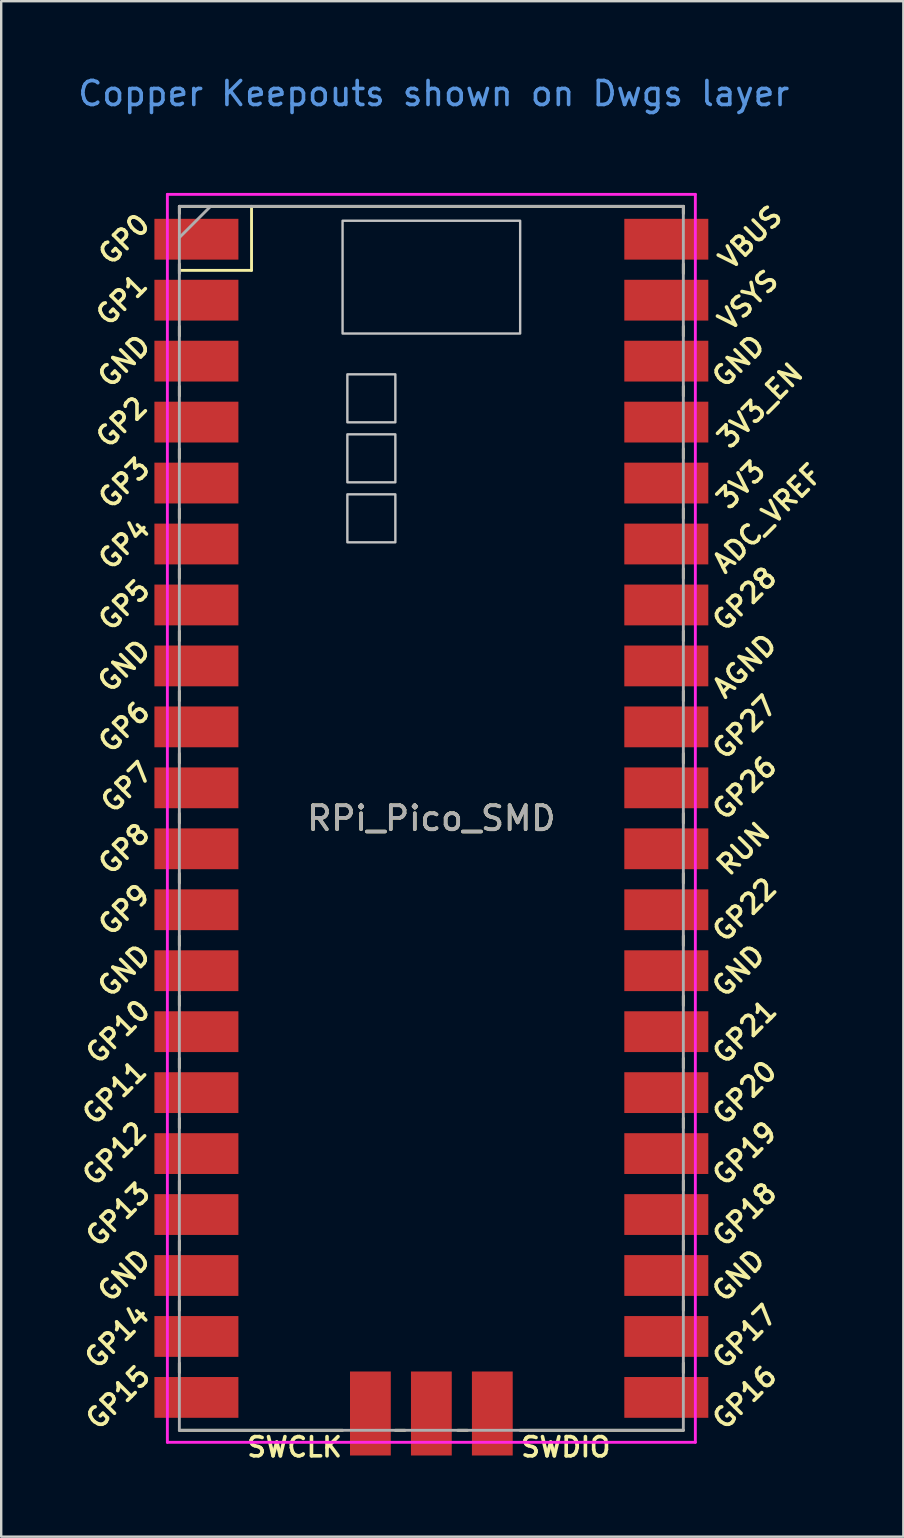
<source format=kicad_pcb>
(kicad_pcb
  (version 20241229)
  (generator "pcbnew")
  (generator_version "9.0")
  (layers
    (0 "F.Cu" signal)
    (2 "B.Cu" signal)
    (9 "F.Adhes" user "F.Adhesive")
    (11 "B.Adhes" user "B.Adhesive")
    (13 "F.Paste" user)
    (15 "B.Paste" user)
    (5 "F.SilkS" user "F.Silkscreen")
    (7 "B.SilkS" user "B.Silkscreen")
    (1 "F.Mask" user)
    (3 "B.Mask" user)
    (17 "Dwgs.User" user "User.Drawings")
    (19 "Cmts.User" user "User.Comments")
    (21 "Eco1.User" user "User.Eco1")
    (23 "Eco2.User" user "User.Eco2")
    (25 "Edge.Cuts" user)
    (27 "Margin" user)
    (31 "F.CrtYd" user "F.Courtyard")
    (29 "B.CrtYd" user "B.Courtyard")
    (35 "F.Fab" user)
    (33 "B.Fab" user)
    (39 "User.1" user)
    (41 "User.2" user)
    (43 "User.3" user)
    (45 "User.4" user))
  (footprint "RPi_Pico_SMD"
    (layer "F.Cu")
    (at 14.924 31.048)
    (property "Reference" "RPi_Pico_SMD" (at 0 0 0) (layer "F.SilkS") (effects (font (size 1 1) (thickness 0.15))))
    (attr smd)
    (fp_line (start -10.5 -25.5) (end -10.5 -25.2) (stroke (width 0.12) (type solid)) (layer "F.SilkS"))
    (fp_line (start -10.5 -25.5) (end 10.5 -25.5) (stroke (width 0.12) (type solid)) (layer "F.SilkS"))
    (fp_line (start -10.5 -23.1) (end -10.5 -22.7) (stroke (width 0.12) (type solid)) (layer "F.SilkS"))
    (fp_line (start -10.5 -22.833) (end -7.493 -22.833) (stroke (width 0.12) (type solid)) (layer "F.SilkS"))
    (fp_line (start -10.5 -20.5) (end -10.5 -20.1) (stroke (width 0.12) (type solid)) (layer "F.SilkS"))
    (fp_line (start -10.5 -18) (end -10.5 -17.6) (stroke (width 0.12) (type solid)) (layer "F.SilkS"))
    (fp_line (start -10.5 -15.4) (end -10.5 -15) (stroke (width 0.12) (type solid)) (layer "F.SilkS"))
    (fp_line (start -10.5 -12.9) (end -10.5 -12.5) (stroke (width 0.12) (type solid)) (layer "F.SilkS"))
    (fp_line (start -10.5 -10.4) (end -10.5 -10) (stroke (width 0.12) (type solid)) (layer "F.SilkS"))
    (fp_line (start -10.5 -7.8) (end -10.5 -7.4) (stroke (width 0.12) (type solid)) (layer "F.SilkS"))
    (fp_line (start -10.5 -5.3) (end -10.5 -4.9) (stroke (width 0.12) (type solid)) (layer "F.SilkS"))
    (fp_line (start -10.5 -2.7) (end -10.5 -2.3) (stroke (width 0.12) (type solid)) (layer "F.SilkS"))
    (fp_line (start -10.5 -0.2) (end -10.5 0.2) (stroke (width 0.12) (type solid)) (layer "F.SilkS"))
    (fp_line (start -10.5 2.3) (end -10.5 2.7) (stroke (width 0.12) (type solid)) (layer "F.SilkS"))
    (fp_line (start -10.5 4.9) (end -10.5 5.3) (stroke (width 0.12) (type solid)) (layer "F.SilkS"))
    (fp_line (start -10.5 7.4) (end -10.5 7.8) (stroke (width 0.12) (type solid)) (layer "F.SilkS"))
    (fp_line (start -10.5 10) (end -10.5 10.4) (stroke (width 0.12) (type solid)) (layer "F.SilkS"))
    (fp_line (start -10.5 12.5) (end -10.5 12.9) (stroke (width 0.12) (type solid)) (layer "F.SilkS"))
    (fp_line (start -10.5 15.1) (end -10.5 15.5) (stroke (width 0.12) (type solid)) (layer "F.SilkS"))
    (fp_line (start -10.5 17.6) (end -10.5 18) (stroke (width 0.12) (type solid)) (layer "F.SilkS"))
    (fp_line (start -10.5 20.1) (end -10.5 20.5) (stroke (width 0.12) (type solid)) (layer "F.SilkS"))
    (fp_line (start -10.5 22.7) (end -10.5 23.1) (stroke (width 0.12) (type solid)) (layer "F.SilkS"))
    (fp_line (start -7.493 -22.833) (end -7.493 -25.5) (stroke (width 0.12) (type solid)) (layer "F.SilkS"))
    (fp_line (start -3.7 25.5) (end -10.5 25.5) (stroke (width 0.12) (type solid)) (layer "F.SilkS"))
    (fp_line (start -1.5 25.5) (end -1.1 25.5) (stroke (width 0.12) (type solid)) (layer "F.SilkS"))
    (fp_line (start 1.1 25.5) (end 1.5 25.5) (stroke (width 0.12) (type solid)) (layer "F.SilkS"))
    (fp_line (start 10.5 -25.5) (end 10.5 -25.2) (stroke (width 0.12) (type solid)) (layer "F.SilkS"))
    (fp_line (start 10.5 -23.1) (end 10.5 -22.7) (stroke (width 0.12) (type solid)) (layer "F.SilkS"))
    (fp_line (start 10.5 -20.5) (end 10.5 -20.1) (stroke (width 0.12) (type solid)) (layer "F.SilkS"))
    (fp_line (start 10.5 -18) (end 10.5 -17.6) (stroke (width 0.12) (type solid)) (layer "F.SilkS"))
    (fp_line (start 10.5 -15.4) (end 10.5 -15) (stroke (width 0.12) (type solid)) (layer "F.SilkS"))
    (fp_line (start 10.5 -12.9) (end 10.5 -12.5) (stroke (width 0.12) (type solid)) (layer "F.SilkS"))
    (fp_line (start 10.5 -10.4) (end 10.5 -10) (stroke (width 0.12) (type solid)) (layer "F.SilkS"))
    (fp_line (start 10.5 -7.8) (end 10.5 -7.4) (stroke (width 0.12) (type solid)) (layer "F.SilkS"))
    (fp_line (start 10.5 -5.3) (end 10.5 -4.9) (stroke (width 0.12) (type solid)) (layer "F.SilkS"))
    (fp_line (start 10.5 -2.7) (end 10.5 -2.3) (stroke (width 0.12) (type solid)) (layer "F.SilkS"))
    (fp_line (start 10.5 -0.2) (end 10.5 0.2) (stroke (width 0.12) (type solid)) (layer "F.SilkS"))
    (fp_line (start 10.5 2.3) (end 10.5 2.7) (stroke (width 0.12) (type solid)) (layer "F.SilkS"))
    (fp_line (start 10.5 4.9) (end 10.5 5.3) (stroke (width 0.12) (type solid)) (layer "F.SilkS"))
    (fp_line (start 10.5 7.4) (end 10.5 7.8) (stroke (width 0.12) (type solid)) (layer "F.SilkS"))
    (fp_line (start 10.5 10) (end 10.5 10.4) (stroke (width 0.12) (type solid)) (layer "F.SilkS"))
    (fp_line (start 10.5 12.5) (end 10.5 12.9) (stroke (width 0.12) (type solid)) (layer "F.SilkS"))
    (fp_line (start 10.5 15.1) (end 10.5 15.5) (stroke (width 0.12) (type solid)) (layer "F.SilkS"))
    (fp_line (start 10.5 17.6) (end 10.5 18) (stroke (width 0.12) (type solid)) (layer "F.SilkS"))
    (fp_line (start 10.5 20.1) (end 10.5 20.5) (stroke (width 0.12) (type solid)) (layer "F.SilkS"))
    (fp_line (start 10.5 22.7) (end 10.5 23.1) (stroke (width 0.12) (type solid)) (layer "F.SilkS"))
    (fp_line (start 10.5 25.5) (end 3.7 25.5) (stroke (width 0.12) (type solid)) (layer "F.SilkS"))
    (fp_poly (pts (xy -1.5 -16.5) (xy -3.5 -16.5) (xy -3.5 -18.5) (xy -1.5 -18.5)) (stroke (width 0.1) (type solid)) (fill no) (layer "Dwgs.User"))
    (fp_poly (pts (xy -1.5 -14) (xy -3.5 -14) (xy -3.5 -16) (xy -1.5 -16)) (stroke (width 0.1) (type solid)) (fill no) (layer "Dwgs.User"))
    (fp_poly (pts (xy -1.5 -11.5) (xy -3.5 -11.5) (xy -3.5 -13.5) (xy -1.5 -13.5)) (stroke (width 0.1) (type solid)) (fill no) (layer "Dwgs.User"))
    (fp_poly (pts (xy 3.7 -20.2) (xy -3.7 -20.2) (xy -3.7 -24.9) (xy 3.7 -24.9)) (stroke (width 0.1) (type solid)) (fill no) (layer "Dwgs.User"))
    (fp_line (start -11 -26) (end 11 -26) (stroke (width 0.12) (type solid)) (layer "F.CrtYd"))
    (fp_line (start -11 26) (end -11 -26) (stroke (width 0.12) (type solid)) (layer "F.CrtYd"))
    (fp_line (start 11 -26) (end 11 26) (stroke (width 0.12) (type solid)) (layer "F.CrtYd"))
    (fp_line (start 11 26) (end -11 26) (stroke (width 0.12) (type solid)) (layer "F.CrtYd"))
    (fp_line (start -10.5 -25.5) (end 10.5 -25.5) (stroke (width 0.12) (type solid)) (layer "F.Fab"))
    (fp_line (start -10.5 -24.2) (end -9.2 -25.5) (stroke (width 0.12) (type solid)) (layer "F.Fab"))
    (fp_line (start -10.5 25.5) (end -10.5 -25.5) (stroke (width 0.12) (type solid)) (layer "F.Fab"))
    (fp_line (start 10.5 -25.5) (end 10.5 25.5) (stroke (width 0.12) (type solid)) (layer "F.Fab"))
    (fp_line (start 10.5 25.5) (end -10.5 25.5) (stroke (width 0.12) (type solid)) (layer "F.Fab"))
    (fp_text user "RUN" (at 13 1.27 45) (layer "F.SilkS") (effects (font (size 0.8 0.8) (thickness 0.15))))
    (fp_text user "GP7" (at -12.7 -1.3 45) (layer "F.SilkS") (effects (font (size 0.8 0.8) (thickness 0.15))))
    (fp_text user "GP8" (at -12.8 1.27 45) (layer "F.SilkS") (effects (font (size 0.8 0.8) (thickness 0.15))))
    (fp_text user "GND" (at 12.8 -19.05 45) (layer "F.SilkS") (effects (font (size 0.8 0.8) (thickness 0.15))))
    (fp_text user "GP1" (at -12.9 -21.6 45) (layer "F.SilkS") (effects (font (size 0.8 0.8) (thickness 0.15))))
    (fp_text user "3V3" (at 12.9 -13.9 45) (layer "F.SilkS") (effects (font (size 0.8 0.8) (thickness 0.15))))
    (fp_text user "GP19" (at 13.054 13.97 45) (layer "F.SilkS") (effects (font (size 0.8 0.8) (thickness 0.15))))
    (fp_text user "GP12" (at -13.2 13.97 45) (layer "F.SilkS") (effects (font (size 0.8 0.8) (thickness 0.15))))
    (fp_text user "GP10" (at -13.054 8.89 45) (layer "F.SilkS") (effects (font (size 0.8 0.8) (thickness 0.15))))
    (fp_text user "GP27" (at 13.054 -3.8 45) (layer "F.SilkS") (effects (font (size 0.8 0.8) (thickness 0.15))))
    (fp_text user "GP17" (at 13.054 21.59 45) (layer "F.SilkS") (effects (font (size 0.8 0.8) (thickness 0.15))))
    (fp_text user "AGND" (at 13.054 -6.35 45) (layer "F.SilkS") (effects (font (size 0.8 0.8) (thickness 0.15))))
    (fp_text user "GP13" (at -13.054 16.51 45) (layer "F.SilkS") (effects (font (size 0.8 0.8) (thickness 0.15))))
    (fp_text user "GP6" (at -12.8 -3.81 45) (layer "F.SilkS") (effects (font (size 0.8 0.8) (thickness 0.15))))
    (fp_text user "GP22" (at 13.054 3.81 45) (layer "F.SilkS") (effects (font (size 0.8 0.8) (thickness 0.15))))
    (fp_text user "GP28" (at 13.054 -9.144 45) (layer "F.SilkS") (effects (font (size 0.8 0.8) (thickness 0.15))))
    (fp_text user "GP2" (at -12.9 -16.51 45) (layer "F.SilkS") (effects (font (size 0.8 0.8) (thickness 0.15))))
    (fp_text user "GP4" (at -12.8 -11.43 45) (layer "F.SilkS") (effects (font (size 0.8 0.8) (thickness 0.15))))
    (fp_text user "GP15" (at -13.054 24.13 45) (layer "F.SilkS") (effects (font (size 0.8 0.8) (thickness 0.15))))
    (fp_text user "GP14" (at -13.1 21.59 45) (layer "F.SilkS") (effects (font (size 0.8 0.8) (thickness 0.15))))
    (fp_text user "GND" (at 12.8 6.35 45) (layer "F.SilkS") (effects (font (size 0.8 0.8) (thickness 0.15))))
    (fp_text user "GP3" (at -12.8 -13.97 45) (layer "F.SilkS") (effects (font (size 0.8 0.8) (thickness 0.15))))
    (fp_text user "SWCLK" (at -5.7 26.2 0) (layer "F.SilkS") (effects (font (size 0.8 0.8) (thickness 0.15))))
    (fp_text user "GND" (at -12.8 19.05 45) (layer "F.SilkS") (effects (font (size 0.8 0.8) (thickness 0.15))))
    (fp_text user "GP21" (at 13.054 8.9 45) (layer "F.SilkS") (effects (font (size 0.8 0.8) (thickness 0.15))))
    (fp_text user "SWDIO" (at 5.6 26.2 0) (layer "F.SilkS") (effects (font (size 0.8 0.8) (thickness 0.15))))
    (fp_text user "GP16" (at 13.054 24.13 45) (layer "F.SilkS") (effects (font (size 0.8 0.8) (thickness 0.15))))
    (fp_text user "GP26" (at 13.054 -1.27 45) (layer "F.SilkS") (effects (font (size 0.8 0.8) (thickness 0.15))))
    (fp_text user "3V3_EN" (at 13.7 -17.2 45) (layer "F.SilkS") (effects (font (size 0.8 0.8) (thickness 0.15))))
    (fp_text user "GP0" (at -12.8 -24.13 45) (layer "F.SilkS") (effects (font (size 0.8 0.8) (thickness 0.15))))
    (fp_text user "VSYS" (at 13.2 -21.59 45) (layer "F.SilkS") (effects (font (size 0.8 0.8) (thickness 0.15))))
    (fp_text user "ADC_VREF" (at 14 -12.5 45) (layer "F.SilkS") (effects (font (size 0.8 0.8) (thickness 0.15))))
    (fp_text user "GND" (at -12.8 -19.05 45) (layer "F.SilkS") (effects (font (size 0.8 0.8) (thickness 0.15))))
    (fp_text user "GP20" (at 13.054 11.43 45) (layer "F.SilkS") (effects (font (size 0.8 0.8) (thickness 0.15))))
    (fp_text user "GND" (at 12.8 19.05 45) (layer "F.SilkS") (effects (font (size 0.8 0.8) (thickness 0.15))))
    (fp_text user "GND" (at -12.8 6.35 45) (layer "F.SilkS") (effects (font (size 0.8 0.8) (thickness 0.15))))
    (fp_text user "GP5" (at -12.8 -8.89 45) (layer "F.SilkS") (effects (font (size 0.8 0.8) (thickness 0.15))))
    (fp_text user "GND" (at -12.8 -6.35 45) (layer "F.SilkS") (effects (font (size 0.8 0.8) (thickness 0.15))))
    (fp_text user "GP18" (at 13.054 16.51 45) (layer "F.SilkS") (effects (font (size 0.8 0.8) (thickness 0.15))))
    (fp_text user "VBUS" (at 13.3 -24.2 45) (layer "F.SilkS") (effects (font (size 0.8 0.8) (thickness 0.15))))
    (fp_text user "GP11" (at -13.2 11.43 45) (layer "F.SilkS") (effects (font (size 0.8 0.8) (thickness 0.15))))
    (fp_text user "GP9" (at -12.8 3.81 45) (layer "F.SilkS") (effects (font (size 0.8 0.8) (thickness 0.15))))
    (fp_text user "Copper Keepouts shown on Dwgs layer" (at 0.1 -30.2 0) (layer "Cmts.User") (effects (font (size 1 1) (thickness 0.15))))
    (fp_text user "${REFERENCE}" (at 0 0 180) (layer "F.Fab") (effects (font (size 1 1) (thickness 0.15))))
    (pad "1" smd rect (at -8.89 -24.13) (size 3.5 1.7) (drill (offset -0.9 0)) (layers "F.Cu" "F.Mask"))
    (pad "2" smd rect (at -8.89 -21.59) (size 3.5 1.7) (drill (offset -0.9 0)) (layers "F.Cu" "F.Mask"))
    (pad "3" smd rect (at -8.89 -19.05) (size 3.5 1.7) (drill (offset -0.9 0)) (layers "F.Cu" "F.Mask"))
    (pad "4" smd rect (at -8.89 -16.51) (size 3.5 1.7) (drill (offset -0.9 0)) (layers "F.Cu" "F.Mask"))
    (pad "5" smd rect (at -8.89 -13.97) (size 3.5 1.7) (drill (offset -0.9 0)) (layers "F.Cu" "F.Mask"))
    (pad "6" smd rect (at -8.89 -11.43) (size 3.5 1.7) (drill (offset -0.9 0)) (layers "F.Cu" "F.Mask"))
    (pad "7" smd rect (at -8.89 -8.89) (size 3.5 1.7) (drill (offset -0.9 0)) (layers "F.Cu" "F.Mask"))
    (pad "8" smd rect (at -8.89 -6.35) (size 3.5 1.7) (drill (offset -0.9 0)) (layers "F.Cu" "F.Mask"))
    (pad "9" smd rect (at -8.89 -3.81) (size 3.5 1.7) (drill (offset -0.9 0)) (layers "F.Cu" "F.Mask"))
    (pad "10" smd rect (at -8.89 -1.27) (size 3.5 1.7) (drill (offset -0.9 0)) (layers "F.Cu" "F.Mask"))
    (pad "11" smd rect (at -8.89 1.27) (size 3.5 1.7) (drill (offset -0.9 0)) (layers "F.Cu" "F.Mask"))
    (pad "12" smd rect (at -8.89 3.81) (size 3.5 1.7) (drill (offset -0.9 0)) (layers "F.Cu" "F.Mask"))
    (pad "13" smd rect (at -8.89 6.35) (size 3.5 1.7) (drill (offset -0.9 0)) (layers "F.Cu" "F.Mask"))
    (pad "14" smd rect (at -8.89 8.89) (size 3.5 1.7) (drill (offset -0.9 0)) (layers "F.Cu" "F.Mask"))
    (pad "15" smd rect (at -8.89 11.43) (size 3.5 1.7) (drill (offset -0.9 0)) (layers "F.Cu" "F.Mask"))
    (pad "16" smd rect (at -8.89 13.97) (size 3.5 1.7) (drill (offset -0.9 0)) (layers "F.Cu" "F.Mask"))
    (pad "17" smd rect (at -8.89 16.51) (size 3.5 1.7) (drill (offset -0.9 0)) (layers "F.Cu" "F.Mask"))
    (pad "18" smd rect (at -8.89 19.05) (size 3.5 1.7) (drill (offset -0.9 0)) (layers "F.Cu" "F.Mask"))
    (pad "19" smd rect (at -8.89 21.59) (size 3.5 1.7) (drill (offset -0.9 0)) (layers "F.Cu" "F.Mask"))
    (pad "20" smd rect (at -8.89 24.13) (size 3.5 1.7) (drill (offset -0.9 0)) (layers "F.Cu" "F.Mask"))
    (pad "21" smd rect (at 8.89 24.13) (size 3.5 1.7) (drill (offset 0.9 0)) (layers "F.Cu" "F.Mask"))
    (pad "22" smd rect (at 8.89 21.59) (size 3.5 1.7) (drill (offset 0.9 0)) (layers "F.Cu" "F.Mask"))
    (pad "23" smd rect (at 8.89 19.05) (size 3.5 1.7) (drill (offset 0.9 0)) (layers "F.Cu" "F.Mask"))
    (pad "24" smd rect (at 8.89 16.51) (size 3.5 1.7) (drill (offset 0.9 0)) (layers "F.Cu" "F.Mask"))
    (pad "25" smd rect (at 8.89 13.97) (size 3.5 1.7) (drill (offset 0.9 0)) (layers "F.Cu" "F.Mask"))
    (pad "26" smd rect (at 8.89 11.43) (size 3.5 1.7) (drill (offset 0.9 0)) (layers "F.Cu" "F.Mask"))
    (pad "27" smd rect (at 8.89 8.89) (size 3.5 1.7) (drill (offset 0.9 0)) (layers "F.Cu" "F.Mask"))
    (pad "28" smd rect (at 8.89 6.35) (size 3.5 1.7) (drill (offset 0.9 0)) (layers "F.Cu" "F.Mask"))
    (pad "29" smd rect (at 8.89 3.81) (size 3.5 1.7) (drill (offset 0.9 0)) (layers "F.Cu" "F.Mask"))
    (pad "30" smd rect (at 8.89 1.27) (size 3.5 1.7) (drill (offset 0.9 0)) (layers "F.Cu" "F.Mask"))
    (pad "31" smd rect (at 8.89 -1.27) (size 3.5 1.7) (drill (offset 0.9 0)) (layers "F.Cu" "F.Mask"))
    (pad "32" smd rect (at 8.89 -3.81) (size 3.5 1.7) (drill (offset 0.9 0)) (layers "F.Cu" "F.Mask"))
    (pad "33" smd rect (at 8.89 -6.35) (size 3.5 1.7) (drill (offset 0.9 0)) (layers "F.Cu" "F.Mask"))
    (pad "34" smd rect (at 8.89 -8.89) (size 3.5 1.7) (drill (offset 0.9 0)) (layers "F.Cu" "F.Mask"))
    (pad "35" smd rect (at 8.89 -11.43) (size 3.5 1.7) (drill (offset 0.9 0)) (layers "F.Cu" "F.Mask"))
    (pad "36" smd rect (at 8.89 -13.97) (size 3.5 1.7) (drill (offset 0.9 0)) (layers "F.Cu" "F.Mask"))
    (pad "37" smd rect (at 8.89 -16.51) (size 3.5 1.7) (drill (offset 0.9 0)) (layers "F.Cu" "F.Mask"))
    (pad "38" smd rect (at 8.89 -19.05) (size 3.5 1.7) (drill (offset 0.9 0)) (layers "F.Cu" "F.Mask"))
    (pad "39" smd rect (at 8.89 -21.59) (size 3.5 1.7) (drill (offset 0.9 0)) (layers "F.Cu" "F.Mask"))
    (pad "40" smd rect (at 8.89 -24.13) (size 3.5 1.7) (drill (offset 0.9 0)) (layers "F.Cu" "F.Mask"))
    (pad "41" smd rect (at -2.54 23.9 90) (size 3.5 1.7) (drill (offset -0.9 0)) (layers "F.Cu" "F.Mask"))
    (pad "42" smd rect (at 0 23.9 90) (size 3.5 1.7) (drill (offset -0.9 0)) (layers "F.Cu" "F.Mask"))
    (pad "43" smd rect (at 2.54 23.9 90) (size 3.5 1.7) (drill (offset -0.9 0)) (layers "F.Cu" "F.Mask")))
  (gr_rect
    (start -3 -3)
    (end 34.591 60.98)
    (stroke (width 0.1) (type default))
    (fill no)
    (layer "Edge.Cuts")))
</source>
